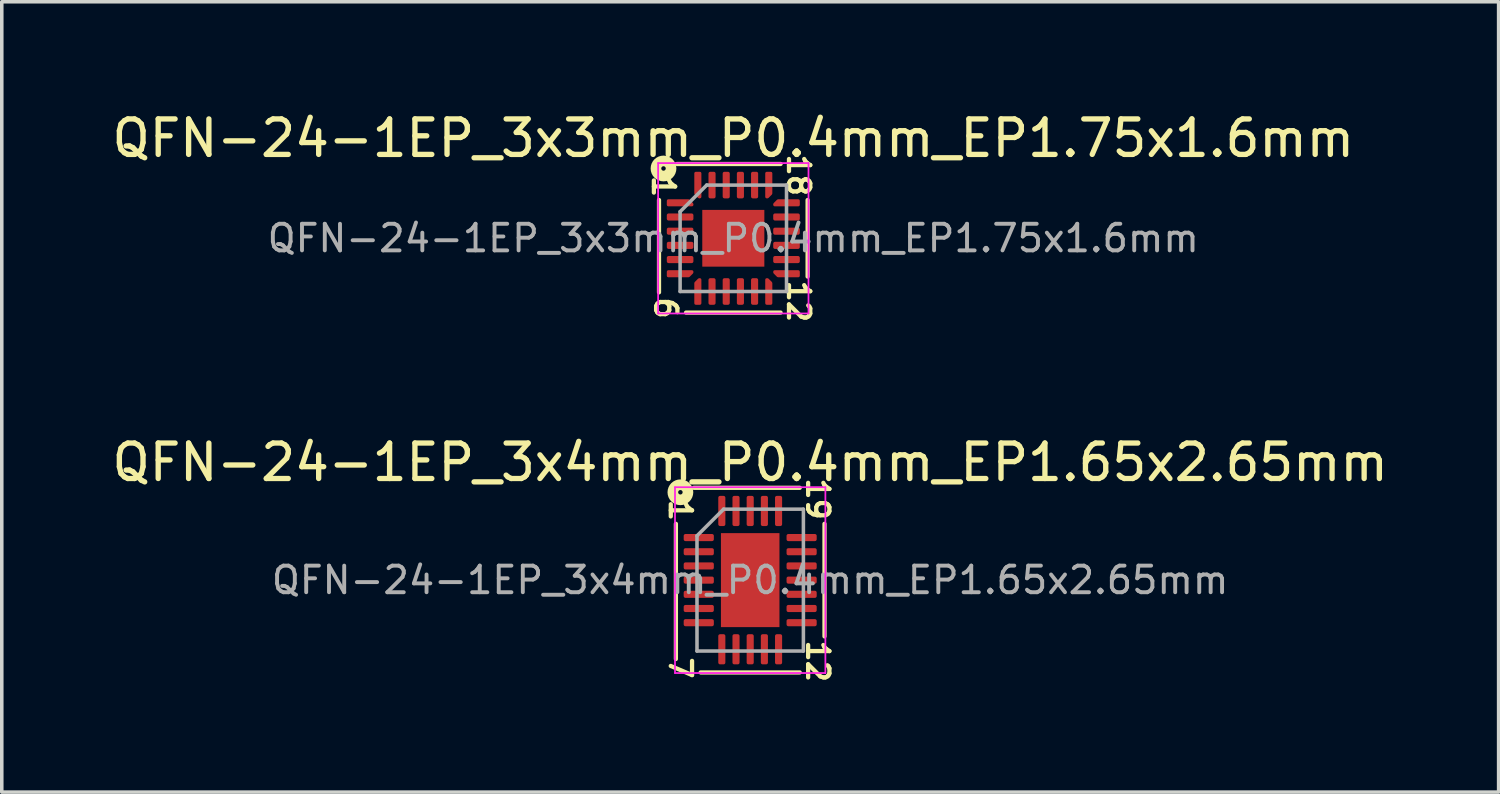
<source format=kicad_pcb>
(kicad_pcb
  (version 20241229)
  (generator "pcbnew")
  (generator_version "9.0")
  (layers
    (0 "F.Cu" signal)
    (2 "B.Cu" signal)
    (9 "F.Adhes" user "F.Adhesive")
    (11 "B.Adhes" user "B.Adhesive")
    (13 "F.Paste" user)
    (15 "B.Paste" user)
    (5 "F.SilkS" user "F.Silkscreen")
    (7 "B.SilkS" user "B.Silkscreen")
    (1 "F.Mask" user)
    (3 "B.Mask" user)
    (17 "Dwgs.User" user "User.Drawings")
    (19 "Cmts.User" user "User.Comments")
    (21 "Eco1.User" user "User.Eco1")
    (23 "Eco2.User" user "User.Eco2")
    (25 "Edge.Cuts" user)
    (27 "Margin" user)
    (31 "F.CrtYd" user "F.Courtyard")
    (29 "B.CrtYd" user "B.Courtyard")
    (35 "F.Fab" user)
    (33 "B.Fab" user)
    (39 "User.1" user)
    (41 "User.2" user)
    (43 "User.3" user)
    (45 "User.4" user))
  (footprint "QFN-24-1EP_3x3mm_P0.4mm_EP1.75x1.6mm"
    (layer "F.Cu")
    (at 17.625 3.668)
    (property "Reference" "QFN-24-1EP_3x3mm_P0.4mm_EP1.75x1.6mm" (at 0 -2.82 0) (layer "F.SilkS") (effects (font (size 1 1) (thickness 0.15))))
    (attr smd)
    (fp_line (start -2.095 -1.079) (end -2.095 1.524) (stroke (width 0.12) (type solid)) (layer "F.SilkS"))
    (fp_line (start -1.333 2.095) (end 1.333 2.095) (stroke (width 0.12) (type solid)) (layer "F.SilkS"))
    (fp_line (start 1.333 -2.095) (end -1.587 -2.095) (stroke (width 0.12) (type solid)) (layer "F.SilkS"))
    (fp_line (start 2.095 1.079) (end 2.095 -1.079) (stroke (width 0.12) (type solid)) (layer "F.SilkS"))
    (fp_circle (center -1.968 -1.968) (end -1.905 -1.968) (stroke (width 0.3) (type solid)) (fill no) (layer "F.SilkS"))
    (fp_line (start -2.12 -2.12) (end -2.12 2.12) (stroke (width 0.05) (type solid)) (layer "F.CrtYd"))
    (fp_line (start -2.12 2.12) (end 2.12 2.12) (stroke (width 0.05) (type solid)) (layer "F.CrtYd"))
    (fp_line (start 2.12 -2.12) (end -2.12 -2.12) (stroke (width 0.05) (type solid)) (layer "F.CrtYd"))
    (fp_line (start 2.12 2.12) (end 2.12 -2.12) (stroke (width 0.05) (type solid)) (layer "F.CrtYd"))
    (fp_line (start -1.5 -0.75) (end -0.75 -1.5) (stroke (width 0.1) (type solid)) (layer "F.Fab"))
    (fp_line (start -1.5 1.5) (end -1.5 -0.75) (stroke (width 0.1) (type solid)) (layer "F.Fab"))
    (fp_line (start -0.75 -1.5) (end 1.5 -1.5) (stroke (width 0.1) (type solid)) (layer "F.Fab"))
    (fp_line (start 1.5 -1.5) (end 1.5 1.5) (stroke (width 0.1) (type solid)) (layer "F.Fab"))
    (fp_line (start 1.5 1.5) (end -1.5 1.5) (stroke (width 0.1) (type solid)) (layer "F.Fab"))
    (fp_text user "18" (at 1.841 -1.778 270) (unlocked yes) (layer "F.SilkS") (effects (font (size 0.6 0.6) (thickness 0.12))))
    (fp_text user "12" (at 1.841 1.778 270) (unlocked yes) (layer "F.SilkS") (effects (font (size 0.6 0.6) (thickness 0.12))))
    (fp_text user "6" (at -1.905 1.968 270) (unlocked yes) (layer "F.SilkS") (effects (font (size 0.6 0.6) (thickness 0.12))))
    (fp_text user "1" (at -1.968 -1.46 270) (unlocked yes) (layer "F.SilkS") (effects (font (size 0.6 0.6) (thickness 0.12))))
    (fp_text user "${REFERENCE}" (at 0 0 0) (layer "F.Fab") (effects (font (size 0.75 0.75) (thickness 0.11))))
    (pad "" smd roundrect (at -0.44 -0.4) (size 0.71 0.64) (layers "F.Paste") (roundrect_rratio 0.25))
    (pad "" smd roundrect (at -0.44 0.4) (size 0.71 0.64) (layers "F.Paste") (roundrect_rratio 0.25))
    (pad "" smd roundrect (at 0.44 -0.4) (size 0.71 0.64) (layers "F.Paste") (roundrect_rratio 0.25))
    (pad "" smd roundrect (at 0.44 0.4) (size 0.71 0.64) (layers "F.Paste") (roundrect_rratio 0.25))
    (pad "1" smd custom (at -1.5 -1) (size 0.115 0.115) (layers "F.Cu" "F.Mask" "F.Paste") (options (anchor circle)) (primitives (gr_poly (pts (xy -0.335 -0.06) (xy 0.238 -0.06) (xy 0.335 0.037) (xy 0.335 0.06) (xy -0.335 0.06)) (width 0.08) (fill yes))))
    (pad "2" smd roundrect (at -1.5 -0.6) (size 0.75 0.2) (layers "F.Cu" "F.Mask" "F.Paste") (roundrect_rratio 0.25))
    (pad "3" smd roundrect (at -1.5 -0.2) (size 0.75 0.2) (layers "F.Cu" "F.Mask" "F.Paste") (roundrect_rratio 0.25))
    (pad "4" smd roundrect (at -1.5 0.2) (size 0.75 0.2) (layers "F.Cu" "F.Mask" "F.Paste") (roundrect_rratio 0.25))
    (pad "5" smd roundrect (at -1.5 0.6) (size 0.75 0.2) (layers "F.Cu" "F.Mask" "F.Paste") (roundrect_rratio 0.25))
    (pad "6" smd custom (at -1.5 1) (size 0.115 0.115) (layers "F.Cu" "F.Mask" "F.Paste") (options (anchor circle)) (primitives (gr_poly (pts (xy -0.335 -0.06) (xy 0.335 -0.06) (xy 0.335 -0.037) (xy 0.238 0.06) (xy -0.335 0.06)) (width 0.08) (fill yes))))
    (pad "7" smd custom (at -1 1.5) (size 0.115 0.115) (layers "F.Cu" "F.Mask" "F.Paste") (options (anchor circle)) (primitives (gr_poly (pts (xy -0.06 -0.238) (xy 0.037 -0.335) (xy 0.06 -0.335) (xy 0.06 0.335) (xy -0.06 0.335)) (width 0.08) (fill yes))))
    (pad "8" smd roundrect (at -0.6 1.5) (size 0.2 0.75) (layers "F.Cu" "F.Mask" "F.Paste") (roundrect_rratio 0.25))
    (pad "9" smd roundrect (at -0.2 1.5) (size 0.2 0.75) (layers "F.Cu" "F.Mask" "F.Paste") (roundrect_rratio 0.25))
    (pad "10" smd roundrect (at 0.2 1.5) (size 0.2 0.75) (layers "F.Cu" "F.Mask" "F.Paste") (roundrect_rratio 0.25))
    (pad "11" smd roundrect (at 0.6 1.5) (size 0.2 0.75) (layers "F.Cu" "F.Mask" "F.Paste") (roundrect_rratio 0.25))
    (pad "12" smd custom (at 1 1.5) (size 0.115 0.115) (layers "F.Cu" "F.Mask" "F.Paste") (options (anchor circle)) (primitives (gr_poly (pts (xy -0.06 -0.335) (xy -0.037 -0.335) (xy 0.06 -0.238) (xy 0.06 0.335) (xy -0.06 0.335)) (width 0.08) (fill yes))))
    (pad "13" smd custom (at 1.5 1) (size 0.115 0.115) (layers "F.Cu" "F.Mask" "F.Paste") (options (anchor circle)) (primitives (gr_poly (pts (xy -0.335 -0.06) (xy 0.335 -0.06) (xy 0.335 0.06) (xy -0.238 0.06) (xy -0.335 -0.037)) (width 0.08) (fill yes))))
    (pad "14" smd roundrect (at 1.5 0.6) (size 0.75 0.2) (layers "F.Cu" "F.Mask" "F.Paste") (roundrect_rratio 0.25))
    (pad "15" smd roundrect (at 1.5 0.2) (size 0.75 0.2) (layers "F.Cu" "F.Mask" "F.Paste") (roundrect_rratio 0.25))
    (pad "16" smd roundrect (at 1.5 -0.2) (size 0.75 0.2) (layers "F.Cu" "F.Mask" "F.Paste") (roundrect_rratio 0.25))
    (pad "17" smd roundrect (at 1.5 -0.6) (size 0.75 0.2) (layers "F.Cu" "F.Mask" "F.Paste") (roundrect_rratio 0.25))
    (pad "18" smd custom (at 1.5 -1) (size 0.115 0.115) (layers "F.Cu" "F.Mask" "F.Paste") (options (anchor circle)) (primitives (gr_poly (pts (xy -0.335 0.037) (xy -0.238 -0.06) (xy 0.335 -0.06) (xy 0.335 0.06) (xy -0.335 0.06)) (width 0.08) (fill yes))))
    (pad "19" smd custom (at 1 -1.5) (size 0.115 0.115) (layers "F.Cu" "F.Mask" "F.Paste") (options (anchor circle)) (primitives (gr_poly (pts (xy -0.06 -0.335) (xy 0.06 -0.335) (xy 0.06 0.238) (xy -0.037 0.335) (xy -0.06 0.335)) (width 0.08) (fill yes))))
    (pad "20" smd roundrect (at 0.6 -1.5) (size 0.2 0.75) (layers "F.Cu" "F.Mask" "F.Paste") (roundrect_rratio 0.25))
    (pad "21" smd roundrect (at 0.2 -1.5) (size 0.2 0.75) (layers "F.Cu" "F.Mask" "F.Paste") (roundrect_rratio 0.25))
    (pad "22" smd roundrect (at -0.2 -1.5) (size 0.2 0.75) (layers "F.Cu" "F.Mask" "F.Paste") (roundrect_rratio 0.25))
    (pad "23" smd roundrect (at -0.6 -1.5) (size 0.2 0.75) (layers "F.Cu" "F.Mask" "F.Paste") (roundrect_rratio 0.25))
    (pad "24" smd custom (at -1 -1.5) (size 0.115 0.115) (layers "F.Cu" "F.Mask" "F.Paste") (options (anchor circle)) (primitives (gr_poly (pts (xy -0.06 -0.335) (xy 0.06 -0.335) (xy 0.06 0.335) (xy 0.037 0.335) (xy -0.06 0.238)) (width 0.08) (fill yes))))
    (pad "25" smd rect (at 0 0) (size 1.75 1.6) (layers "F.Cu" "F.Mask")))
  (footprint "QFN-24-1EP_3x4mm_P0.4mm_EP1.65x2.65mm"
    (layer "F.Cu")
    (at 18.101 13.306)
    (property "Reference" "QFN-24-1EP_3x4mm_P0.4mm_EP1.65x2.65mm" (at 0 -3.32 0) (layer "F.SilkS") (effects (font (size 1 1) (thickness 0.15))))
    (attr smd)
    (fp_line (start -2.095 -1.587) (end -2.095 2.223) (stroke (width 0.12) (type solid)) (layer "F.SilkS"))
    (fp_line (start -1.397 2.603) (end 1.397 2.603) (stroke (width 0.12) (type solid)) (layer "F.SilkS"))
    (fp_line (start 1.397 -2.603) (end -1.587 -2.603) (stroke (width 0.12) (type solid)) (layer "F.SilkS"))
    (fp_line (start 2.095 1.587) (end 2.095 -1.587) (stroke (width 0.12) (type solid)) (layer "F.SilkS"))
    (fp_circle (center -1.968 -2.477) (end -1.905 -2.477) (stroke (width 0.3) (type solid)) (fill no) (layer "F.SilkS"))
    (fp_line (start -2.12 -2.62) (end -2.12 2.62) (stroke (width 0.05) (type solid)) (layer "F.CrtYd"))
    (fp_line (start -2.12 2.62) (end 2.12 2.62) (stroke (width 0.05) (type solid)) (layer "F.CrtYd"))
    (fp_line (start 2.12 -2.62) (end -2.12 -2.62) (stroke (width 0.05) (type solid)) (layer "F.CrtYd"))
    (fp_line (start 2.12 2.62) (end 2.12 -2.62) (stroke (width 0.05) (type solid)) (layer "F.CrtYd"))
    (fp_line (start -1.5 -1.25) (end -0.75 -2) (stroke (width 0.1) (type solid)) (layer "F.Fab"))
    (fp_line (start -1.5 2) (end -1.5 -1.25) (stroke (width 0.1) (type solid)) (layer "F.Fab"))
    (fp_line (start -0.75 -2) (end 1.5 -2) (stroke (width 0.1) (type solid)) (layer "F.Fab"))
    (fp_line (start 1.5 -2) (end 1.5 2) (stroke (width 0.1) (type solid)) (layer "F.Fab"))
    (fp_line (start 1.5 2) (end -1.5 2) (stroke (width 0.1) (type solid)) (layer "F.Fab"))
    (fp_text user "1" (at -1.968 -1.968 270) (unlocked yes) (layer "F.SilkS") (effects (font (size 0.6 0.6) (thickness 0.12))))
    (fp_text user "12" (at 1.905 2.286 270) (unlocked yes) (layer "F.SilkS") (effects (font (size 0.6 0.6) (thickness 0.12))))
    (fp_text user "19" (at 1.905 -2.286 270) (unlocked yes) (layer "F.SilkS") (effects (font (size 0.6 0.6) (thickness 0.12))))
    (fp_text user "7" (at -1.968 2.477 270) (unlocked yes) (layer "F.SilkS") (effects (font (size 0.6 0.6) (thickness 0.12))))
    (fp_text user "${REFERENCE}" (at 0 0 0) (layer "F.Fab") (effects (font (size 0.75 0.75) (thickness 0.11))))
    (pad "" smd roundrect (at -0.41 -0.88) (size 0.67 0.71) (layers "F.Paste") (roundrect_rratio 0.25))
    (pad "" smd roundrect (at -0.41 0) (size 0.67 0.71) (layers "F.Paste") (roundrect_rratio 0.25))
    (pad "" smd roundrect (at -0.41 0.88) (size 0.67 0.71) (layers "F.Paste") (roundrect_rratio 0.25))
    (pad "" smd roundrect (at 0.41 -0.88) (size 0.67 0.71) (layers "F.Paste") (roundrect_rratio 0.25))
    (pad "" smd roundrect (at 0.41 0) (size 0.67 0.71) (layers "F.Paste") (roundrect_rratio 0.25))
    (pad "" smd roundrect (at 0.41 0.88) (size 0.67 0.71) (layers "F.Paste") (roundrect_rratio 0.25))
    (pad "1" smd roundrect (at -1.45 -1.2) (size 0.85 0.2) (layers "F.Cu" "F.Mask" "F.Paste") (roundrect_rratio 0.25))
    (pad "2" smd roundrect (at -1.45 -0.8) (size 0.85 0.2) (layers "F.Cu" "F.Mask" "F.Paste") (roundrect_rratio 0.25))
    (pad "3" smd roundrect (at -1.45 -0.4) (size 0.85 0.2) (layers "F.Cu" "F.Mask" "F.Paste") (roundrect_rratio 0.25))
    (pad "4" smd roundrect (at -1.45 0) (size 0.85 0.2) (layers "F.Cu" "F.Mask" "F.Paste") (roundrect_rratio 0.25))
    (pad "5" smd roundrect (at -1.45 0.4) (size 0.85 0.2) (layers "F.Cu" "F.Mask" "F.Paste") (roundrect_rratio 0.25))
    (pad "6" smd roundrect (at -1.45 0.8) (size 0.85 0.2) (layers "F.Cu" "F.Mask" "F.Paste") (roundrect_rratio 0.25))
    (pad "7" smd roundrect (at -1.45 1.2) (size 0.85 0.2) (layers "F.Cu" "F.Mask" "F.Paste") (roundrect_rratio 0.25))
    (pad "8" smd roundrect (at -0.8 1.95) (size 0.2 0.85) (layers "F.Cu" "F.Mask" "F.Paste") (roundrect_rratio 0.25))
    (pad "9" smd roundrect (at -0.4 1.95) (size 0.2 0.85) (layers "F.Cu" "F.Mask" "F.Paste") (roundrect_rratio 0.25))
    (pad "10" smd roundrect (at 0 1.95) (size 0.2 0.85) (layers "F.Cu" "F.Mask" "F.Paste") (roundrect_rratio 0.25))
    (pad "11" smd roundrect (at 0.4 1.95) (size 0.2 0.85) (layers "F.Cu" "F.Mask" "F.Paste") (roundrect_rratio 0.25))
    (pad "12" smd roundrect (at 0.8 1.95) (size 0.2 0.85) (layers "F.Cu" "F.Mask" "F.Paste") (roundrect_rratio 0.25))
    (pad "13" smd roundrect (at 1.45 1.2) (size 0.85 0.2) (layers "F.Cu" "F.Mask" "F.Paste") (roundrect_rratio 0.25))
    (pad "14" smd roundrect (at 1.45 0.8) (size 0.85 0.2) (layers "F.Cu" "F.Mask" "F.Paste") (roundrect_rratio 0.25))
    (pad "15" smd roundrect (at 1.45 0.4) (size 0.85 0.2) (layers "F.Cu" "F.Mask" "F.Paste") (roundrect_rratio 0.25))
    (pad "16" smd roundrect (at 1.45 0) (size 0.85 0.2) (layers "F.Cu" "F.Mask" "F.Paste") (roundrect_rratio 0.25))
    (pad "17" smd roundrect (at 1.45 -0.4) (size 0.85 0.2) (layers "F.Cu" "F.Mask" "F.Paste") (roundrect_rratio 0.25))
    (pad "18" smd roundrect (at 1.45 -0.8) (size 0.85 0.2) (layers "F.Cu" "F.Mask" "F.Paste") (roundrect_rratio 0.25))
    (pad "19" smd roundrect (at 1.45 -1.2) (size 0.85 0.2) (layers "F.Cu" "F.Mask" "F.Paste") (roundrect_rratio 0.25))
    (pad "20" smd roundrect (at 0.8 -1.95) (size 0.2 0.85) (layers "F.Cu" "F.Mask" "F.Paste") (roundrect_rratio 0.25))
    (pad "21" smd roundrect (at 0.4 -1.95) (size 0.2 0.85) (layers "F.Cu" "F.Mask" "F.Paste") (roundrect_rratio 0.25))
    (pad "22" smd roundrect (at 0 -1.95) (size 0.2 0.85) (layers "F.Cu" "F.Mask" "F.Paste") (roundrect_rratio 0.25))
    (pad "23" smd roundrect (at -0.4 -1.95) (size 0.2 0.85) (layers "F.Cu" "F.Mask" "F.Paste") (roundrect_rratio 0.25))
    (pad "24" smd roundrect (at -0.8 -1.95) (size 0.2 0.85) (layers "F.Cu" "F.Mask" "F.Paste") (roundrect_rratio 0.25))
    (pad "25" smd rect (at 0 0) (size 1.65 2.65) (layers "F.Cu" "F.Mask")))
  (gr_rect
    (start -3 -3)
    (end 39.202 19.283)
    (stroke (width 0.1) (type default))
    (fill no)
    (layer "Edge.Cuts")))
</source>
